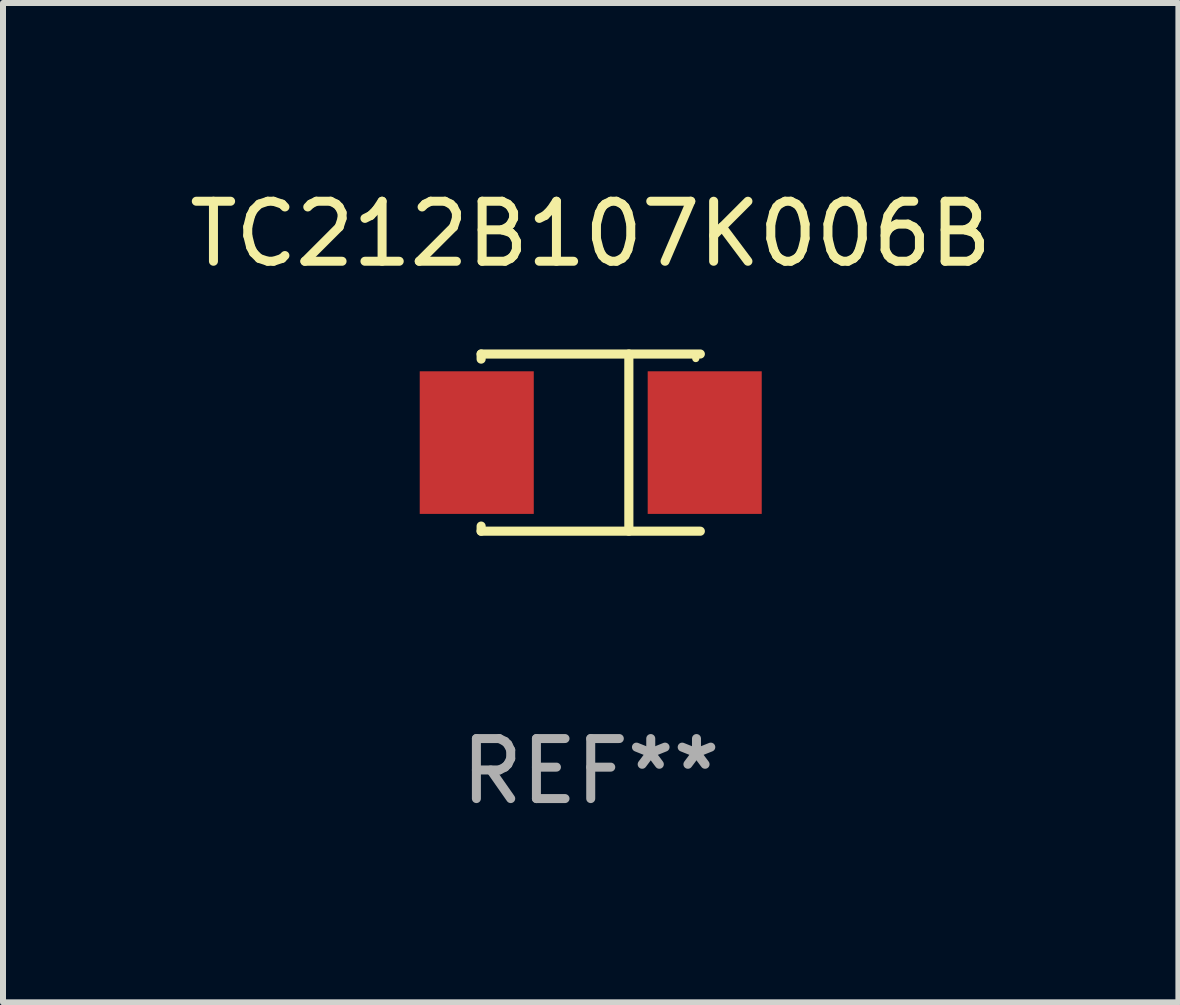
<source format=kicad_pcb>
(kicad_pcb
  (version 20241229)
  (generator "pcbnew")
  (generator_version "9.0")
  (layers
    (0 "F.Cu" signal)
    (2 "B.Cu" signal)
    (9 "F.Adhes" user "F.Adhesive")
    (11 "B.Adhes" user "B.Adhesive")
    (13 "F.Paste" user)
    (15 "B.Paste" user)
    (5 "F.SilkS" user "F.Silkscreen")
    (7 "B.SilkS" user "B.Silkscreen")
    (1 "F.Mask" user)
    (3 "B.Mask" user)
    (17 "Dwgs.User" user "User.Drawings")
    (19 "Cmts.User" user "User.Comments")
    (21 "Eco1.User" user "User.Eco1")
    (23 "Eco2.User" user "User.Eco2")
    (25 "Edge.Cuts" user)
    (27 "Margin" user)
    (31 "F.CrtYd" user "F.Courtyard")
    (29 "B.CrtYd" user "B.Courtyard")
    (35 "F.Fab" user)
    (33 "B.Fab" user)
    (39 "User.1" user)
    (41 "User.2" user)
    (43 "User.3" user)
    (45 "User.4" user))
  (footprint "TC212B107K006B"
    (layer "F.Cu")
    (at 6.792 4.324)
    (property "Reference" "TC212B107K006B" (at 0 -3.476 0) (layer "F.SilkS") (effects (font (size 1 1) (thickness 0.15))))
    (attr through_hole)
    (fp_line (start -1.826 -1.476) (end -1.826 -1.391) (stroke (width 0.152) (type solid)) (layer "F.SilkS"))
    (fp_line (start -1.826 -1.476) (end 1.826 -1.476) (stroke (width 0.152) (type solid)) (layer "F.SilkS"))
    (fp_line (start -1.826 1.476) (end -1.826 1.391) (stroke (width 0.152) (type solid)) (layer "F.SilkS"))
    (fp_line (start -1.826 1.476) (end 1.826 1.476) (stroke (width 0.152) (type solid)) (layer "F.SilkS"))
    (fp_line (start 0.635 -1.476) (end 0.635 1.476) (stroke (width 0.152) (type solid)) (layer "F.SilkS"))
    (fp_circle (center 1.75 -1.4) (end 1.78 -1.4) (stroke (width 0.06) (type solid)) (fill no) (layer "F.SilkS"))
    (fp_text user "REF**" (at 0 5.476 0) (layer "F.Fab") (effects (font (size 1 1) (thickness 0.15))))
    (pad "1" smd rect (at 1.899 0) (size 1.9 2.376) (layers "F.Cu" "F.Mask" "F.Paste"))
    (pad "2" smd rect (at -1.899 0) (size 1.9 2.376) (layers "F.Cu" "F.Mask" "F.Paste")))
  (gr_rect
    (start -3 -3)
    (end 16.583 13.649)
    (stroke (width 0.1) (type default))
    (fill no)
    (layer "Edge.Cuts")))
</source>
